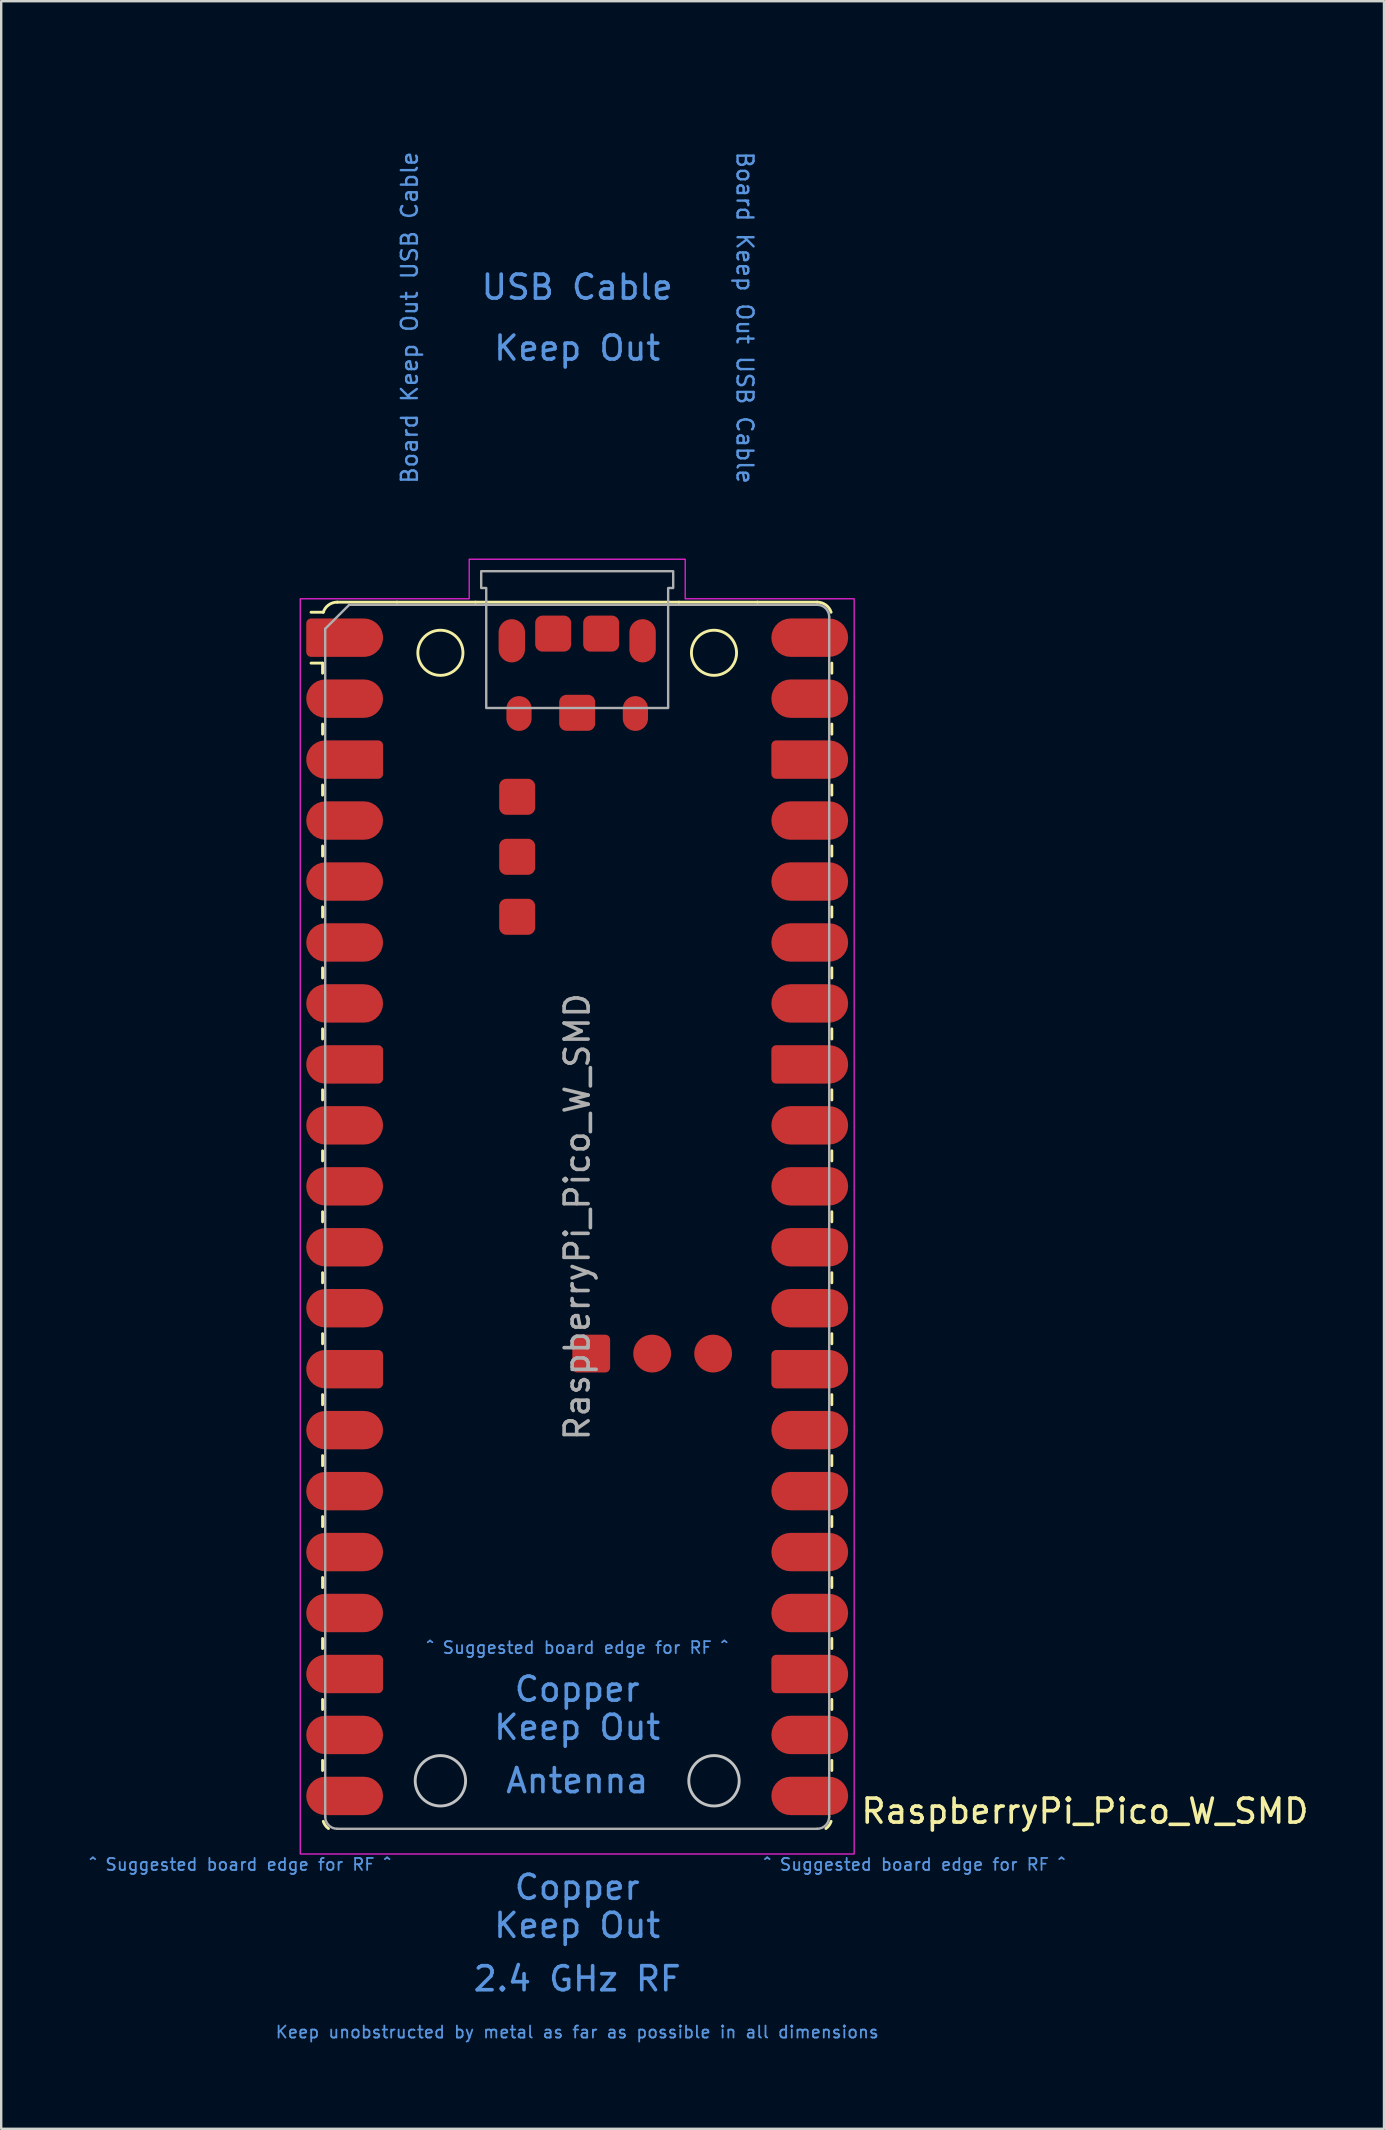
<source format=kicad_pcb>
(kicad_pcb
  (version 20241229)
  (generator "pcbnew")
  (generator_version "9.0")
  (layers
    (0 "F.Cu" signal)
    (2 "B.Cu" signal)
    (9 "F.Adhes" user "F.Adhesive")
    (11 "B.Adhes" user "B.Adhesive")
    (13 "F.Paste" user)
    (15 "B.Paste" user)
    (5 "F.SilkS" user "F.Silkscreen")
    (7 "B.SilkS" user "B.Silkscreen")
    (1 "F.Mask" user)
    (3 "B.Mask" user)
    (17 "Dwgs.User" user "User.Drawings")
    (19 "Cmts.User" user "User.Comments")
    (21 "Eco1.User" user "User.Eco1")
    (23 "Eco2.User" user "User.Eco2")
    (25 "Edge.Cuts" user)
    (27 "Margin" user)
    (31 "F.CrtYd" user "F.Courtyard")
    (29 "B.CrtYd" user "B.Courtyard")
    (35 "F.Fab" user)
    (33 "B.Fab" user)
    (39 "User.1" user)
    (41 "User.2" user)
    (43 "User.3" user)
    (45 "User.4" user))
  (footprint "RaspberryPi_Pico_W_SMD"
    (layer "F.Cu")
    (at 21 47.65)
    (property "Reference" "RaspberryPi_Pico_W_SMD" (at 11.748 24.765 0) (unlocked yes) (layer "F.SilkS") (effects (font (size 1 1) (thickness 0.15)) (justify left)))
    (attr smd)
    (fp_line (start -10.61 -23.07) (end -11.09 -23.07) (stroke (width 0.12) (type solid)) (layer "F.SilkS"))
    (fp_line (start -10.61 -23.07) (end -10.61 -22.65) (stroke (width 0.12) (type solid)) (layer "F.SilkS"))
    (fp_line (start -10.61 -20.53) (end -10.61 -20.11) (stroke (width 0.12) (type solid)) (layer "F.SilkS"))
    (fp_line (start -10.61 -17.99) (end -10.61 -17.57) (stroke (width 0.12) (type solid)) (layer "F.SilkS"))
    (fp_line (start -10.61 -15.45) (end -10.61 -15.03) (stroke (width 0.12) (type solid)) (layer "F.SilkS"))
    (fp_line (start -10.61 -12.91) (end -10.61 -12.49) (stroke (width 0.12) (type solid)) (layer "F.SilkS"))
    (fp_line (start -10.61 -10.37) (end -10.61 -9.95) (stroke (width 0.12) (type solid)) (layer "F.SilkS"))
    (fp_line (start -10.61 -7.83) (end -10.61 -7.41) (stroke (width 0.12) (type solid)) (layer "F.SilkS"))
    (fp_line (start -10.61 -5.29) (end -10.61 -4.87) (stroke (width 0.12) (type solid)) (layer "F.SilkS"))
    (fp_line (start -10.61 -2.75) (end -10.61 -2.33) (stroke (width 0.12) (type solid)) (layer "F.SilkS"))
    (fp_line (start -10.61 -0.21) (end -10.61 0.21) (stroke (width 0.12) (type solid)) (layer "F.SilkS"))
    (fp_line (start -10.61 2.33) (end -10.61 2.75) (stroke (width 0.12) (type solid)) (layer "F.SilkS"))
    (fp_line (start -10.61 4.87) (end -10.61 5.29) (stroke (width 0.12) (type solid)) (layer "F.SilkS"))
    (fp_line (start -10.61 7.41) (end -10.61 7.83) (stroke (width 0.12) (type solid)) (layer "F.SilkS"))
    (fp_line (start -10.61 9.95) (end -10.61 10.37) (stroke (width 0.12) (type solid)) (layer "F.SilkS"))
    (fp_line (start -10.61 12.49) (end -10.61 12.91) (stroke (width 0.12) (type solid)) (layer "F.SilkS"))
    (fp_line (start -10.61 15.03) (end -10.61 15.45) (stroke (width 0.12) (type solid)) (layer "F.SilkS"))
    (fp_line (start -10.61 17.57) (end -10.61 17.99) (stroke (width 0.12) (type solid)) (layer "F.SilkS"))
    (fp_line (start -10.61 20.11) (end -10.61 20.53) (stroke (width 0.12) (type solid)) (layer "F.SilkS"))
    (fp_line (start -10.61 22.65) (end -10.61 23.07) (stroke (width 0.12) (type solid)) (layer "F.SilkS"))
    (fp_line (start -10.58 -25.19) (end -11.09 -25.19) (stroke (width 0.12) (type solid)) (layer "F.SilkS"))
    (fp_line (start -10 -25.61) (end -7.51 -25.61) (stroke (width 0.12) (type solid)) (layer "F.SilkS"))
    (fp_line (start -7.51 -25.61) (end -4.235 -25.61) (stroke (width 0.12) (type solid)) (layer "F.SilkS"))
    (fp_line (start -4.235 -25.61) (end 4.235 -25.61) (stroke (width 0.12) (type solid)) (layer "F.SilkS"))
    (fp_line (start 4.235 -25.61) (end 7.51 -25.61) (stroke (width 0.12) (type solid)) (layer "F.SilkS"))
    (fp_line (start 10 -25.61) (end 7.51 -25.61) (stroke (width 0.12) (type solid)) (layer "F.SilkS"))
    (fp_line (start 10.61 -23.07) (end 10.61 -22.65) (stroke (width 0.12) (type solid)) (layer "F.SilkS"))
    (fp_line (start 10.61 -20.53) (end 10.61 -20.11) (stroke (width 0.12) (type solid)) (layer "F.SilkS"))
    (fp_line (start 10.61 -17.99) (end 10.61 -17.57) (stroke (width 0.12) (type solid)) (layer "F.SilkS"))
    (fp_line (start 10.61 -15.45) (end 10.61 -15.03) (stroke (width 0.12) (type solid)) (layer "F.SilkS"))
    (fp_line (start 10.61 -12.91) (end 10.61 -12.49) (stroke (width 0.12) (type solid)) (layer "F.SilkS"))
    (fp_line (start 10.61 -10.37) (end 10.61 -9.95) (stroke (width 0.12) (type solid)) (layer "F.SilkS"))
    (fp_line (start 10.61 -7.83) (end 10.61 -7.41) (stroke (width 0.12) (type solid)) (layer "F.SilkS"))
    (fp_line (start 10.61 -5.29) (end 10.61 -4.87) (stroke (width 0.12) (type solid)) (layer "F.SilkS"))
    (fp_line (start 10.61 -2.75) (end 10.61 -2.33) (stroke (width 0.12) (type solid)) (layer "F.SilkS"))
    (fp_line (start 10.61 -0.21) (end 10.61 0.21) (stroke (width 0.12) (type solid)) (layer "F.SilkS"))
    (fp_line (start 10.61 2.33) (end 10.61 2.75) (stroke (width 0.12) (type solid)) (layer "F.SilkS"))
    (fp_line (start 10.61 4.87) (end 10.61 5.29) (stroke (width 0.12) (type solid)) (layer "F.SilkS"))
    (fp_line (start 10.61 7.41) (end 10.61 7.83) (stroke (width 0.12) (type solid)) (layer "F.SilkS"))
    (fp_line (start 10.61 9.95) (end 10.61 10.37) (stroke (width 0.12) (type solid)) (layer "F.SilkS"))
    (fp_line (start 10.61 12.49) (end 10.61 12.91) (stroke (width 0.12) (type solid)) (layer "F.SilkS"))
    (fp_line (start 10.61 15.03) (end 10.61 15.45) (stroke (width 0.12) (type solid)) (layer "F.SilkS"))
    (fp_line (start 10.61 17.57) (end 10.61 17.99) (stroke (width 0.12) (type solid)) (layer "F.SilkS"))
    (fp_line (start 10.61 20.11) (end 10.61 20.53) (stroke (width 0.12) (type solid)) (layer "F.SilkS"))
    (fp_line (start 10.61 22.65) (end 10.61 23.07) (stroke (width 0.12) (type solid)) (layer "F.SilkS"))
    (fp_arc (start -10.579676 -25.189937) (mid -10.357938 -25.493944) (end -10 -25.61) (stroke (width 0.12) (type solid)) (layer "F.SilkS"))
    (fp_arc (start -10.363318 25.49) (mid -10.494791 25.356765) (end -10.579676 25.189937) (stroke (width 0.12) (type solid)) (layer "F.SilkS"))
    (fp_arc (start 10 -25.61) (mid 10.357937 -25.493944) (end 10.579676 -25.189937) (stroke (width 0.12) (type solid)) (layer "F.SilkS"))
    (fp_arc (start 10.579676 25.189937) (mid 10.494798 25.356768) (end 10.363318 25.49) (stroke (width 0.12) (type solid)) (layer "F.SilkS"))
    (fp_circle (center -5.7 -23.5) (end -4.76 -23.5) (stroke (width 0.12) (type solid)) (fill no) (layer "F.SilkS"))
    (fp_circle (center 5.7 -23.5) (end 6.64 -23.5) (stroke (width 0.12) (type solid)) (fill no) (layer "F.SilkS"))
    (fp_circle (center -5.7 23.5) (end -4.65 23.5) (stroke (width 0.12) (type solid)) (fill no) (layer "Dwgs.User"))
    (fp_circle (center 5.7 23.5) (end 6.75 23.5) (stroke (width 0.12) (type solid)) (fill no) (layer "Dwgs.User"))
    (fp_poly (pts (xy -4.5 -27.4) (xy 4.5 -27.4) (xy 4.5 -25.75) (xy 11.54 -25.75) (xy 11.54 26.55) (xy -11.54 26.55) (xy -11.54 -25.75) (xy -4.5 -25.75)) (stroke (width 0.05) (type solid)) (fill no) (layer "F.CrtYd"))
    (fp_line (start -10.5 -24.5) (end -9.5 -25.5) (stroke (width 0.1) (type solid)) (layer "F.Fab"))
    (fp_line (start -10.5 25) (end -10.5 -24.5) (stroke (width 0.1) (type solid)) (layer "F.Fab"))
    (fp_line (start -9.5 -25.5) (end 10 -25.5) (stroke (width 0.1) (type solid)) (layer "F.Fab"))
    (fp_line (start 10 25.5) (end -10 25.5) (stroke (width 0.1) (type solid)) (layer "F.Fab"))
    (fp_line (start 10.5 -25) (end 10.5 25) (stroke (width 0.1) (type solid)) (layer "F.Fab"))
    (fp_arc (start -10 25.5) (mid -10.353553 25.353553) (end -10.5 25) (stroke (width 0.1) (type solid)) (layer "F.Fab"))
    (fp_arc (start 10 -25.5) (mid 10.353553 -25.353553) (end 10.5 -25) (stroke (width 0.1) (type solid)) (layer "F.Fab"))
    (fp_arc (start 10.5 25) (mid 10.353553 25.353553) (end 10 25.5) (stroke (width 0.1) (type solid)) (layer "F.Fab"))
    (fp_poly (pts (xy 3.79 -21.2) (xy 3.79 -26.2) (xy 4 -26.2) (xy 4 -26.9) (xy -4 -26.9) (xy -4 -26.2) (xy -3.79 -26.2) (xy -3.79 -21.2)) (stroke (width 0.1) (type solid)) (fill no) (layer "F.Fab"))
    (fp_text user "Board Keep Out USB Cable" (at 6.985 -37.465 270) (unlocked yes) (layer "Cmts.User") (effects (font (size 0.667 0.667) (thickness 0.1))))
    (fp_text user "Copper" (at 0 27.94 0) (unlocked yes) (layer "Cmts.User") (effects (font (size 1 1) (thickness 0.15))))
    (fp_text user "^ Suggested board edge for RF ^" (at 0 17.953 0) (unlocked yes) (layer "Cmts.User") (effects (font (size 0.5 0.5) (thickness 0.075))))
    (fp_text user "2.4 GHz RF" (at 0 31.75 0) (unlocked yes) (layer "Cmts.User") (effects (font (size 1 1) (thickness 0.15))))
    (fp_text user "Keep Out" (at 0 29.527 0) (unlocked yes) (layer "Cmts.User") (effects (font (size 1 1) (thickness 0.15))))
    (fp_text user "Keep unobstructed by metal as far as possible in all dimensions" (at 0 33.972 0) (unlocked yes) (layer "Cmts.User") (effects (font (size 0.5 0.5) (thickness 0.075))))
    (fp_text user "Antenna" (at 0 23.495 0) (unlocked yes) (layer "Cmts.User") (effects (font (size 1 1) (thickness 0.15))))
    (fp_text user "Keep Out" (at 0 21.273 0) (unlocked yes) (layer "Cmts.User") (effects (font (size 1 1) (thickness 0.15))))
    (fp_text user "Keep Out" (at 0 -36.195 0) (unlocked yes) (layer "Cmts.User") (effects (font (size 1 1) (thickness 0.15))))
    (fp_text user "^ Suggested board edge for RF ^" (at 14.05 26.988 0) (unlocked yes) (layer "Cmts.User") (effects (font (size 0.5 0.5) (thickness 0.075))))
    (fp_text user "Copper" (at 0 19.685 0) (unlocked yes) (layer "Cmts.User") (effects (font (size 1 1) (thickness 0.15))))
    (fp_text user "^ Suggested board edge for RF ^" (at -14.05 26.988 0) (unlocked yes) (layer "Cmts.User") (effects (font (size 0.5 0.5) (thickness 0.075))))
    (fp_text user "USB Cable" (at 0 -38.735 0) (unlocked yes) (layer "Cmts.User") (effects (font (size 1 1) (thickness 0.15))))
    (fp_text user "Board Keep Out USB Cable" (at -6.985 -37.465 90) (unlocked yes) (layer "Cmts.User") (effects (font (size 0.667 0.667) (thickness 0.1))))
    (fp_text user "${REFERENCE}" (at 0 0 90) (layer "F.Fab") (effects (font (size 1 1) (thickness 0.15))))
    (pad "" smd oval (at -2.725 -24) (size 1.1 1.8) (layers "F.Cu" "F.Mask" "F.Paste"))
    (pad "" smd oval (at -2.425 -20.97) (size 1.05 1.45) (layers "F.Cu" "F.Mask" "F.Paste"))
    (pad "" smd oval (at 2.425 -20.97) (size 1.05 1.45) (layers "F.Cu" "F.Mask" "F.Paste"))
    (pad "" smd oval (at 2.725 -24) (size 1.1 1.8) (layers "F.Cu" "F.Mask" "F.Paste"))
    (pad "1" smd custom (at -8.89 -24.13) (size 1.6 1.6) (layers "F.Cu" "F.Mask" "F.Paste") (options (anchor circle)) (primitives (gr_poly (pts (xy -2.4 0.6) (xy -2.4 -0.6) (xy -2.2 -0.8) (xy 0 -0.8) (xy 0 0.8) (xy -2.2 0.8)) (width 0) (fill yes)) (gr_circle (center -2.2 0.6) (end -2 0.6) (width 0) (fill yes)) (gr_circle (center -2.2 -0.6) (end -2 -0.6) (width 0) (fill yes))))
    (pad "2" smd roundrect (at -8.89 -21.59) (size 3.2 1.6) (drill (offset -0.8 0)) (layers "F.Cu" "F.Mask" "F.Paste") (roundrect_rratio 0.5))
    (pad "3" smd custom (at -8.89 -19.05) (size 1.6 1.6) (layers "F.Cu" "F.Mask" "F.Paste") (options (anchor circle)) (primitives (gr_poly (pts (xy 0.8 -0.6) (xy 0.8 0.6) (xy 0.6 0.8) (xy -1.6 0.8) (xy -1.6 -0.8) (xy 0.6 -0.8)) (width 0) (fill yes)) (gr_circle (center 0.6 0.6) (end 0.8 0.6) (width 0) (fill yes)) (gr_circle (center 0.6 -0.6) (end 0.8 -0.6) (width 0) (fill yes)) (gr_circle (center -1.6 0) (end -0.8 0) (width 0) (fill yes))))
    (pad "4" smd roundrect (at -8.89 -16.51) (size 3.2 1.6) (drill (offset -0.8 0)) (layers "F.Cu" "F.Mask" "F.Paste") (roundrect_rratio 0.5))
    (pad "5" smd roundrect (at -8.89 -13.97) (size 3.2 1.6) (drill (offset -0.8 0)) (layers "F.Cu" "F.Mask" "F.Paste") (roundrect_rratio 0.5))
    (pad "6" smd roundrect (at -8.89 -11.43) (size 3.2 1.6) (drill (offset -0.8 0)) (layers "F.Cu" "F.Mask" "F.Paste") (roundrect_rratio 0.5))
    (pad "7" smd roundrect (at -8.89 -8.89) (size 3.2 1.6) (drill (offset -0.8 0)) (layers "F.Cu" "F.Mask" "F.Paste") (roundrect_rratio 0.5))
    (pad "8" smd custom (at -8.89 -6.35) (size 1.6 1.6) (layers "F.Cu" "F.Mask" "F.Paste") (options (anchor circle)) (primitives (gr_poly (pts (xy 0.8 -0.6) (xy 0.8 0.6) (xy 0.6 0.8) (xy -1.6 0.8) (xy -1.6 -0.8) (xy 0.6 -0.8)) (width 0) (fill yes)) (gr_circle (center 0.6 0.6) (end 0.8 0.6) (width 0) (fill yes)) (gr_circle (center 0.6 -0.6) (end 0.8 -0.6) (width 0) (fill yes)) (gr_circle (center -1.6 0) (end -0.8 0) (width 0) (fill yes))))
    (pad "9" smd roundrect (at -8.89 -3.81) (size 3.2 1.6) (drill (offset -0.8 0)) (layers "F.Cu" "F.Mask" "F.Paste") (roundrect_rratio 0.5))
    (pad "10" smd roundrect (at -8.89 -1.27) (size 3.2 1.6) (drill (offset -0.8 0)) (layers "F.Cu" "F.Mask" "F.Paste") (roundrect_rratio 0.5))
    (pad "11" smd roundrect (at -8.89 1.27) (size 3.2 1.6) (drill (offset -0.8 0)) (layers "F.Cu" "F.Mask" "F.Paste") (roundrect_rratio 0.5))
    (pad "12" smd roundrect (at -8.89 3.81) (size 3.2 1.6) (drill (offset -0.8 0)) (layers "F.Cu" "F.Mask" "F.Paste") (roundrect_rratio 0.5))
    (pad "13" smd custom (at -8.89 6.35) (size 1.6 1.6) (layers "F.Cu" "F.Mask" "F.Paste") (options (anchor circle)) (primitives (gr_poly (pts (xy 0.8 -0.6) (xy 0.8 0.6) (xy 0.6 0.8) (xy -1.6 0.8) (xy -1.6 -0.8) (xy 0.6 -0.8)) (width 0) (fill yes)) (gr_circle (center 0.6 0.6) (end 0.8 0.6) (width 0) (fill yes)) (gr_circle (center 0.6 -0.6) (end 0.8 -0.6) (width 0) (fill yes)) (gr_circle (center -1.6 0) (end -0.8 0) (width 0) (fill yes))))
    (pad "14" smd roundrect (at -8.89 8.89) (size 3.2 1.6) (drill (offset -0.8 0)) (layers "F.Cu" "F.Mask" "F.Paste") (roundrect_rratio 0.5))
    (pad "15" smd roundrect (at -8.89 11.43) (size 3.2 1.6) (drill (offset -0.8 0)) (layers "F.Cu" "F.Mask" "F.Paste") (roundrect_rratio 0.5))
    (pad "16" smd roundrect (at -8.89 13.97) (size 3.2 1.6) (drill (offset -0.8 0)) (layers "F.Cu" "F.Mask" "F.Paste") (roundrect_rratio 0.5))
    (pad "17" smd roundrect (at -8.89 16.51) (size 3.2 1.6) (drill (offset -0.8 0)) (layers "F.Cu" "F.Mask" "F.Paste") (roundrect_rratio 0.5))
    (pad "18" smd custom (at -8.89 19.05) (size 1.6 1.6) (layers "F.Cu" "F.Mask" "F.Paste") (options (anchor circle)) (primitives (gr_poly (pts (xy 0.8 -0.6) (xy 0.8 0.6) (xy 0.6 0.8) (xy -1.6 0.8) (xy -1.6 -0.8) (xy 0.6 -0.8)) (width 0) (fill yes)) (gr_circle (center 0.6 0.6) (end 0.8 0.6) (width 0) (fill yes)) (gr_circle (center 0.6 -0.6) (end 0.8 -0.6) (width 0) (fill yes)) (gr_circle (center -1.6 0) (end -0.8 0) (width 0) (fill yes))))
    (pad "19" smd roundrect (at -8.89 21.59) (size 3.2 1.6) (drill (offset -0.8 0)) (layers "F.Cu" "F.Mask" "F.Paste") (roundrect_rratio 0.5))
    (pad "20" smd roundrect (at -8.89 24.13) (size 3.2 1.6) (drill (offset -0.8 0)) (layers "F.Cu" "F.Mask" "F.Paste") (roundrect_rratio 0.5))
    (pad "21" smd roundrect (at 8.89 24.13) (size 3.2 1.6) (drill (offset 0.8 0)) (layers "F.Cu" "F.Mask" "F.Paste") (roundrect_rratio 0.5))
    (pad "22" smd roundrect (at 8.89 21.59) (size 3.2 1.6) (drill (offset 0.8 0)) (layers "F.Cu" "F.Mask" "F.Paste") (roundrect_rratio 0.5))
    (pad "23" smd custom (at 8.89 19.05) (size 1.6 1.6) (layers "F.Cu" "F.Mask" "F.Paste") (options (anchor circle)) (primitives (gr_poly (pts (xy -0.8 -0.6) (xy -0.8 0.6) (xy -0.6 0.8) (xy 1.6 0.8) (xy 1.6 -0.8) (xy -0.6 -0.8)) (width 0) (fill yes)) (gr_circle (center -0.6 0.6) (end -0.4 0.6) (width 0) (fill yes)) (gr_circle (center -0.6 -0.6) (end -0.4 -0.6) (width 0) (fill yes)) (gr_circle (center 1.6 0) (end 2.4 0) (width 0) (fill yes))))
    (pad "24" smd roundrect (at 8.89 16.51) (size 3.2 1.6) (drill (offset 0.8 0)) (layers "F.Cu" "F.Mask" "F.Paste") (roundrect_rratio 0.5))
    (pad "25" smd roundrect (at 8.89 13.97) (size 3.2 1.6) (drill (offset 0.8 0)) (layers "F.Cu" "F.Mask" "F.Paste") (roundrect_rratio 0.5))
    (pad "26" smd roundrect (at 8.89 11.43) (size 3.2 1.6) (drill (offset 0.8 0)) (layers "F.Cu" "F.Mask" "F.Paste") (roundrect_rratio 0.5))
    (pad "27" smd roundrect (at 8.89 8.89) (size 3.2 1.6) (drill (offset 0.8 0)) (layers "F.Cu" "F.Mask" "F.Paste") (roundrect_rratio 0.5))
    (pad "28" smd custom (at 8.89 6.35) (size 1.6 1.6) (layers "F.Cu" "F.Mask" "F.Paste") (options (anchor circle)) (primitives (gr_poly (pts (xy -0.8 -0.6) (xy -0.8 0.6) (xy -0.6 0.8) (xy 1.6 0.8) (xy 1.6 -0.8) (xy -0.6 -0.8)) (width 0) (fill yes)) (gr_circle (center -0.6 0.6) (end -0.4 0.6) (width 0) (fill yes)) (gr_circle (center -0.6 -0.6) (end -0.4 -0.6) (width 0) (fill yes)) (gr_circle (center 1.6 0) (end 2.4 0) (width 0) (fill yes))))
    (pad "29" smd roundrect (at 8.89 3.81) (size 3.2 1.6) (drill (offset 0.8 0)) (layers "F.Cu" "F.Mask" "F.Paste") (roundrect_rratio 0.5))
    (pad "30" smd roundrect (at 8.89 1.27) (size 3.2 1.6) (drill (offset 0.8 0)) (layers "F.Cu" "F.Mask" "F.Paste") (roundrect_rratio 0.5))
    (pad "31" smd roundrect (at 8.89 -1.27) (size 3.2 1.6) (drill (offset 0.8 0)) (layers "F.Cu" "F.Mask" "F.Paste") (roundrect_rratio 0.5))
    (pad "32" smd roundrect (at 8.89 -3.81) (size 3.2 1.6) (drill (offset 0.8 0)) (layers "F.Cu" "F.Mask" "F.Paste") (roundrect_rratio 0.5))
    (pad "33" smd custom (at 8.89 -6.35) (size 1.6 1.6) (layers "F.Cu" "F.Mask" "F.Paste") (options (anchor circle)) (primitives (gr_poly (pts (xy -0.8 -0.6) (xy -0.8 0.6) (xy -0.6 0.8) (xy 1.6 0.8) (xy 1.6 -0.8) (xy -0.6 -0.8)) (width 0) (fill yes)) (gr_circle (center -0.6 0.6) (end -0.4 0.6) (width 0) (fill yes)) (gr_circle (center -0.6 -0.6) (end -0.4 -0.6) (width 0) (fill yes)) (gr_circle (center 1.6 0) (end 2.4 0) (width 0) (fill yes))))
    (pad "34" smd roundrect (at 8.89 -8.89) (size 3.2 1.6) (drill (offset 0.8 0)) (layers "F.Cu" "F.Mask" "F.Paste") (roundrect_rratio 0.5))
    (pad "35" smd roundrect (at 8.89 -11.43) (size 3.2 1.6) (drill (offset 0.8 0)) (layers "F.Cu" "F.Mask" "F.Paste") (roundrect_rratio 0.5))
    (pad "36" smd roundrect (at 8.89 -13.97) (size 3.2 1.6) (drill (offset 0.8 0)) (layers "F.Cu" "F.Mask" "F.Paste") (roundrect_rratio 0.5))
    (pad "37" smd roundrect (at 8.89 -16.51) (size 3.2 1.6) (drill (offset 0.8 0)) (layers "F.Cu" "F.Mask" "F.Paste") (roundrect_rratio 0.5))
    (pad "38" smd custom (at 8.89 -19.05) (size 1.6 1.6) (layers "F.Cu" "F.Mask" "F.Paste") (options (anchor circle)) (primitives (gr_poly (pts (xy -0.8 -0.6) (xy -0.8 0.6) (xy -0.6 0.8) (xy 1.6 0.8) (xy 1.6 -0.8) (xy -0.6 -0.8)) (width 0) (fill yes)) (gr_circle (center -0.6 0.6) (end -0.4 0.6) (width 0) (fill yes)) (gr_circle (center -0.6 -0.6) (end -0.4 -0.6) (width 0) (fill yes)) (gr_circle (center 1.6 0) (end 2.4 0) (width 0) (fill yes))))
    (pad "39" smd roundrect (at 8.89 -21.59) (size 3.2 1.6) (drill (offset 0.8 0)) (layers "F.Cu" "F.Mask" "F.Paste") (roundrect_rratio 0.5))
    (pad "40" smd roundrect (at 8.89 -24.13) (size 3.2 1.6) (drill (offset 0.8 0)) (layers "F.Cu" "F.Mask" "F.Paste") (roundrect_rratio 0.5))
    (pad "D1" smd roundrect (at 0.584 5.7) (size 1.575 1.575) (layers "F.Cu" "F.Mask" "F.Paste") (roundrect_rratio 0.127))
    (pad "D2" smd circle (at 3.124 5.7) (size 1.575 1.575) (layers "F.Cu" "F.Mask" "F.Paste"))
    (pad "D3" smd circle (at 5.664 5.7) (size 1.575 1.575) (layers "F.Cu" "F.Mask" "F.Paste"))
    (pad "TP1" smd roundrect (at 0 -21) (size 1.5 1.5) (layers "F.Cu" "F.Mask" "F.Paste") (roundrect_rratio 0.2))
    (pad "TP2" smd roundrect (at 1 -24.3) (size 1.5 1.5) (layers "F.Cu" "F.Mask" "F.Paste") (roundrect_rratio 0.2))
    (pad "TP3" smd roundrect (at -1 -24.3) (size 1.5 1.5) (layers "F.Cu" "F.Mask" "F.Paste") (roundrect_rratio 0.2))
    (pad "TP4" smd roundrect (at -2.5 -17.5) (size 1.5 1.5) (layers "F.Cu" "F.Mask" "F.Paste") (roundrect_rratio 0.2))
    (pad "TP5" smd roundrect (at -2.5 -15) (size 1.5 1.5) (layers "F.Cu" "F.Mask" "F.Paste") (roundrect_rratio 0.2))
    (pad "TP6" smd roundrect (at -2.5 -12.5) (size 1.5 1.5) (layers "F.Cu" "F.Mask" "F.Paste") (roundrect_rratio 0.2))
    (zone (net_name "") (layers "F.Cu" "B.Cu" "F.Paste" "B.Paste") (name "RF Copper Keep Out") (hatch full 0.5) (connect_pads) (min_thickness 0.254) (filled_areas_thickness no) (keepout (tracks not_allowed) (vias not_allowed) (pads not_allowed) (copperpour not_allowed) (footprints not_allowed)) (placement (enabled no)) (fill) (polygon (pts (xy 0 72.65) (xy 42 72.65) (xy 42 82.65) (xy 0 82.65))))
    (zone (net_name "") (layers "F.Cu" "B.Cu" "F.Paste" "B.Paste") (name "Antenna Copper Keep Out") (hatch full 0.5) (connect_pads) (min_thickness 0.254) (filled_areas_thickness no) (keepout (tracks not_allowed) (vias not_allowed) (pads not_allowed) (copperpour not_allowed) (footprints not_allowed)) (placement (enabled no)) (fill) (polygon (pts (xy 18.6 72.64) (xy 13.9 68.99) (xy 13.9 64.65) (xy 28.1 64.65) (xy 28.1 68.99) (xy 23.4 72.64) (xy 23.4 72.65) (xy 18.6 72.65))))
    (zone (net_name "") (layer "Edge.Cuts") (name "Board Keep Out USB Cable") (hatch edge 0.5) (connect_pads) (min_thickness 0.254) (filled_areas_thickness no) (keepout (tracks allowed) (vias allowed) (pads allowed) (copperpour allowed) (footprints allowed)) (placement (enabled no)) (fill) (polygon (pts (xy 14.8 0) (xy 27.2 0) (xy 27.2 20.4) (xy 14.8 20.4))))
    (zone (net_name "") (layer "Edge.Cuts") (name "Board Keep Out Suggestion RF") (hatch edge 0.5) (connect_pads) (min_thickness 0.254) (filled_areas_thickness no) (keepout (tracks allowed) (vias allowed) (pads allowed) (copperpour allowed) (footprints allowed)) (placement (enabled no)) (fill) (polygon (pts (xy 28.1 73.65) (xy 42 73.65) (xy 42 82.65) (xy 0 82.65) (xy 0 73.65) (xy 13.9 73.65) (xy 13.9 64.65) (xy 28.1 64.65))))
    (zone (net_name "") (layer "F.CrtYd") (name "USB Cable Keep Out") (hatch full 0.5) (connect_pads) (min_thickness 0.254) (filled_areas_thickness no) (keepout (tracks allowed) (vias allowed) (pads allowed) (copperpour allowed) (footprints not_allowed)) (placement (enabled no)) (fill) (polygon (pts (xy 15.25 19.95) (xy 17.06 19.95) (xy 17.06 20.25) (xy 24.94 20.25) (xy 24.94 19.95) (xy 26.75 19.95) (xy 26.75 0.45) (xy 15.25 0.45)))))
  (gr_rect
    (start -3 -3)
    (end 54.617 85.65)
    (stroke (width 0.1) (type default))
    (fill no)
    (layer "Edge.Cuts")))
</source>
